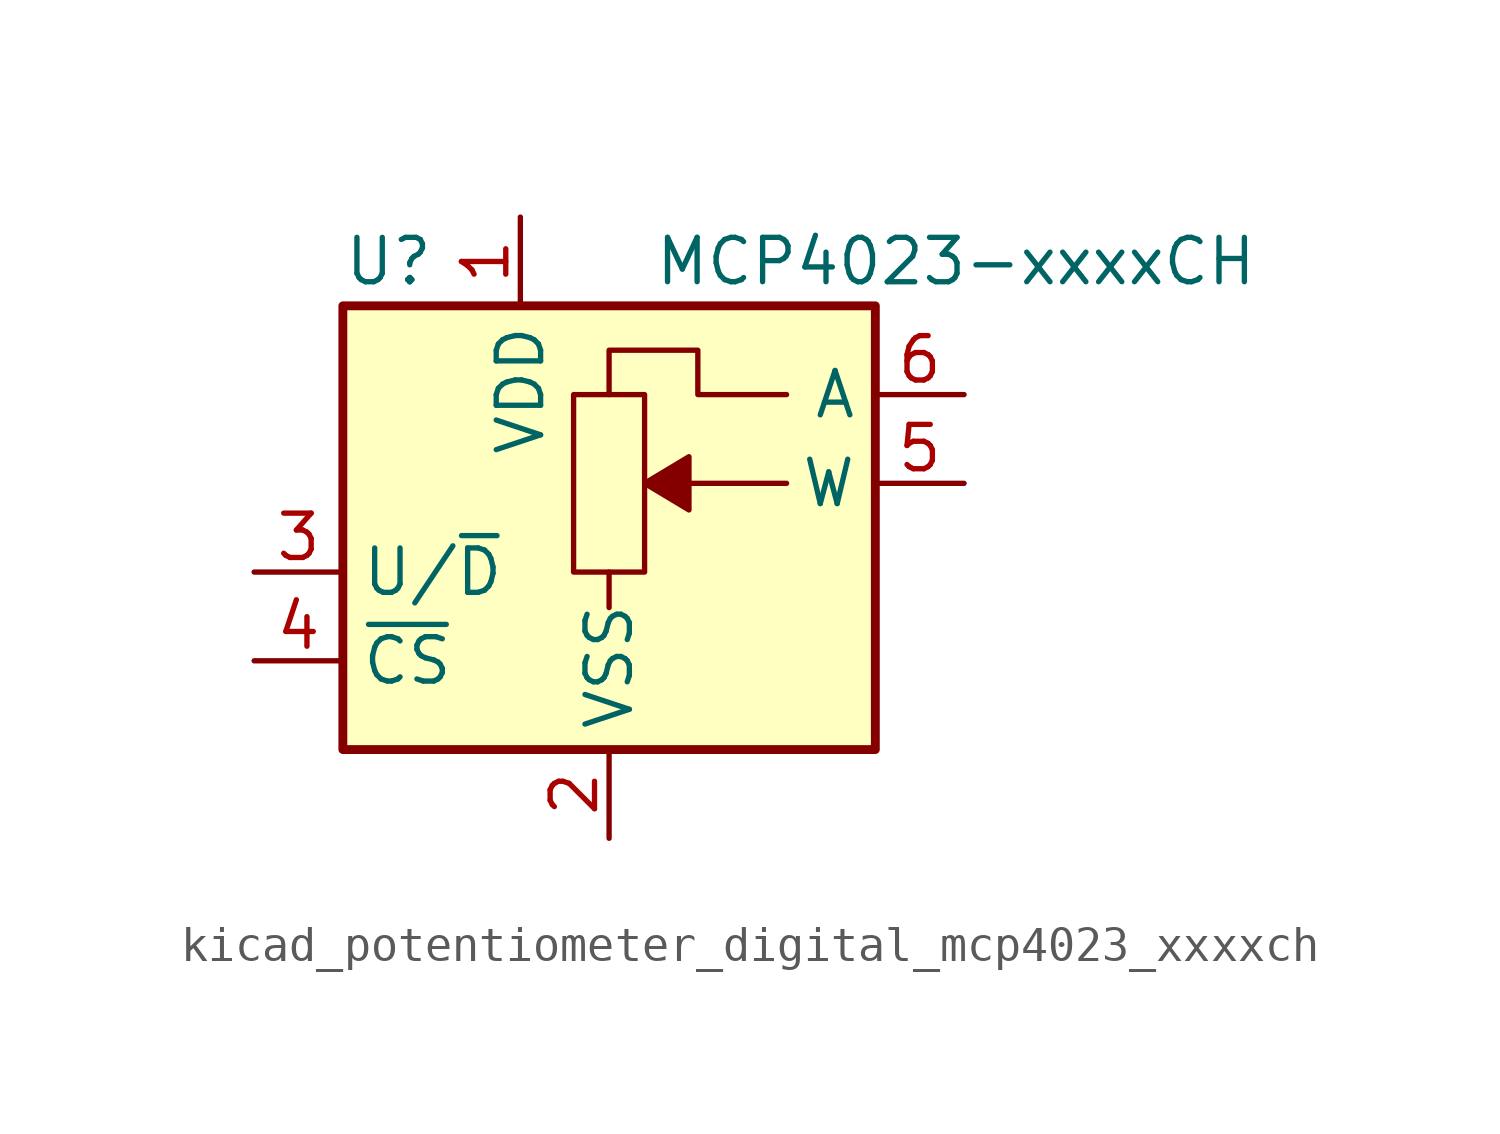
<source format=kicad_sym>
(kicad_symbol_lib
  (version 20220914)
  (generator kicad_symbol_editor)
  (symbol "kicad_potentiometer_digital_mcp4023_xxxxch"
    (property "Reference" "U"
      (at -7.62 8.89 0)
      (effects (font (size 1.27 1.27)) (justify left)))
    (property "Value" "MCP4023-xxxxCH"
      (at 1.27 8.89 0)
      (effects (font (size 1.27 1.27)) (justify left)))
    (symbol "kicad_potentiometer_digital_mcp4023_xxxxch_0_1"
      (polyline (pts (xy 0 0) (xy 0 -1.016)) (stroke (width 0) (type default)) (fill (type none)))
      (polyline (pts (xy 5.08 5.08) (xy 2.54 5.08) (xy 2.54 6.35) (xy 0 6.35) (xy 0 5.08)) (stroke (width 0) (type default)) (fill (type none))))
    (symbol "kicad_potentiometer_digital_mcp4023_xxxxch_1_1"
      (rectangle (start -7.62 7.62) (end 7.62 -5.08) (stroke (width 0.254) (type default)) (fill (type background)))
      (polyline (pts (xy 5.08 2.54) (xy 2.286 2.54)) (stroke (width 0) (type default)) (fill (type none)))
      (polyline (pts (xy 2.286 1.778) (xy 2.286 3.302) (xy 1.016 2.54) (xy 2.286 1.778)) (stroke (width 0) (type default)) (fill (type outline)))
      (rectangle (start 1.016 0) (end -1.016 5.08) (stroke (width 0) (type default)) (fill (type none)))
      (pin power_in line (at -2.54 10.16 270) (length 2.54) (name "VDD" (effects (font (size 1.27 1.27)))) (number "1" (effects (font (size 1.27 1.27)))))
      (pin power_in line (at 0 -7.62 90) (length 2.54) (name "VSS" (effects (font (size 1.27 1.27)))) (number "2" (effects (font (size 1.27 1.27)))))
      (pin input line (at -10.16 0 0) (length 2.54) (name "U/~{D}" (effects (font (size 1.27 1.27)))) (number "3" (effects (font (size 1.27 1.27)))))
      (pin input line (at -10.16 -2.54 0) (length 2.54) (name "~{CS}" (effects (font (size 1.27 1.27)))) (number "4" (effects (font (size 1.27 1.27)))))
      (pin passive line (at 10.16 2.54 180) (length 2.54) (name "W" (effects (font (size 1.27 1.27)))) (number "5" (effects (font (size 1.27 1.27)))))
      (pin passive line (at 10.16 5.08 180) (length 2.54) (name "A" (effects (font (size 1.27 1.27)))) (number "6" (effects (font (size 1.27 1.27))))))))
</source>
